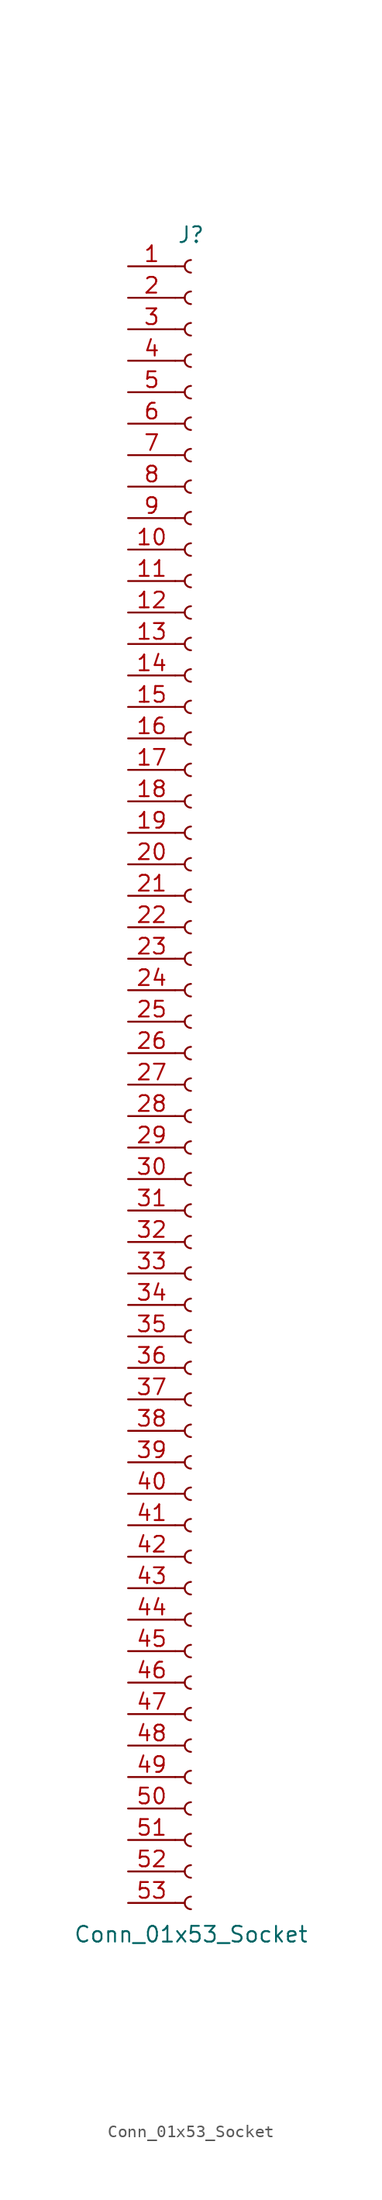
<source format=kicad_sym>
(kicad_symbol_lib
  (version 20241209)
  (generator "kicad_symbol_editor")
  (generator_version "9.0")
  (symbol "Conn_01x53_Socket"
    (pin_names
      (offset 1.016)
      (hide yes))
    (property "Reference" "J"
      (at 0 68.58 0)
      (effects (font (size 1.27 1.27))))
    (property "Value" "Conn_01x53_Socket"
      (at 0 -68.58 0)
      (effects (font (size 1.27 1.27))))
    (property "ki_locked" ""
      (at 0 0 0)
      (effects (font (size 1.27 1.27))))
    (symbol "Conn_01x53_Socket_1_1"
      (polyline (pts (xy -1.27 66.04) (xy -0.508 66.04)) (stroke (width 0.152) (type default)) (fill (type none)))
      (polyline (pts (xy -1.27 63.5) (xy -0.508 63.5)) (stroke (width 0.152) (type default)) (fill (type none)))
      (polyline (pts (xy -1.27 60.96) (xy -0.508 60.96)) (stroke (width 0.152) (type default)) (fill (type none)))
      (polyline (pts (xy -1.27 58.42) (xy -0.508 58.42)) (stroke (width 0.152) (type default)) (fill (type none)))
      (polyline (pts (xy -1.27 55.88) (xy -0.508 55.88)) (stroke (width 0.152) (type default)) (fill (type none)))
      (polyline (pts (xy -1.27 53.34) (xy -0.508 53.34)) (stroke (width 0.152) (type default)) (fill (type none)))
      (polyline (pts (xy -1.27 50.8) (xy -0.508 50.8)) (stroke (width 0.152) (type default)) (fill (type none)))
      (polyline (pts (xy -1.27 48.26) (xy -0.508 48.26)) (stroke (width 0.152) (type default)) (fill (type none)))
      (polyline (pts (xy -1.27 45.72) (xy -0.508 45.72)) (stroke (width 0.152) (type default)) (fill (type none)))
      (polyline (pts (xy -1.27 43.18) (xy -0.508 43.18)) (stroke (width 0.152) (type default)) (fill (type none)))
      (polyline (pts (xy -1.27 40.64) (xy -0.508 40.64)) (stroke (width 0.152) (type default)) (fill (type none)))
      (polyline (pts (xy -1.27 38.1) (xy -0.508 38.1)) (stroke (width 0.152) (type default)) (fill (type none)))
      (polyline (pts (xy -1.27 35.56) (xy -0.508 35.56)) (stroke (width 0.152) (type default)) (fill (type none)))
      (polyline (pts (xy -1.27 33.02) (xy -0.508 33.02)) (stroke (width 0.152) (type default)) (fill (type none)))
      (polyline (pts (xy -1.27 30.48) (xy -0.508 30.48)) (stroke (width 0.152) (type default)) (fill (type none)))
      (polyline (pts (xy -1.27 27.94) (xy -0.508 27.94)) (stroke (width 0.152) (type default)) (fill (type none)))
      (polyline (pts (xy -1.27 25.4) (xy -0.508 25.4)) (stroke (width 0.152) (type default)) (fill (type none)))
      (polyline (pts (xy -1.27 22.86) (xy -0.508 22.86)) (stroke (width 0.152) (type default)) (fill (type none)))
      (polyline (pts (xy -1.27 20.32) (xy -0.508 20.32)) (stroke (width 0.152) (type default)) (fill (type none)))
      (polyline (pts (xy -1.27 17.78) (xy -0.508 17.78)) (stroke (width 0.152) (type default)) (fill (type none)))
      (polyline (pts (xy -1.27 15.24) (xy -0.508 15.24)) (stroke (width 0.152) (type default)) (fill (type none)))
      (polyline (pts (xy -1.27 12.7) (xy -0.508 12.7)) (stroke (width 0.152) (type default)) (fill (type none)))
      (polyline (pts (xy -1.27 10.16) (xy -0.508 10.16)) (stroke (width 0.152) (type default)) (fill (type none)))
      (polyline (pts (xy -1.27 7.62) (xy -0.508 7.62)) (stroke (width 0.152) (type default)) (fill (type none)))
      (polyline (pts (xy -1.27 5.08) (xy -0.508 5.08)) (stroke (width 0.152) (type default)) (fill (type none)))
      (polyline (pts (xy -1.27 2.54) (xy -0.508 2.54)) (stroke (width 0.152) (type default)) (fill (type none)))
      (polyline (pts (xy -1.27 0) (xy -0.508 0)) (stroke (width 0.152) (type default)) (fill (type none)))
      (polyline (pts (xy -1.27 -2.54) (xy -0.508 -2.54)) (stroke (width 0.152) (type default)) (fill (type none)))
      (polyline (pts (xy -1.27 -5.08) (xy -0.508 -5.08)) (stroke (width 0.152) (type default)) (fill (type none)))
      (polyline (pts (xy -1.27 -7.62) (xy -0.508 -7.62)) (stroke (width 0.152) (type default)) (fill (type none)))
      (polyline (pts (xy -1.27 -10.16) (xy -0.508 -10.16)) (stroke (width 0.152) (type default)) (fill (type none)))
      (polyline (pts (xy -1.27 -12.7) (xy -0.508 -12.7)) (stroke (width 0.152) (type default)) (fill (type none)))
      (polyline (pts (xy -1.27 -15.24) (xy -0.508 -15.24)) (stroke (width 0.152) (type default)) (fill (type none)))
      (polyline (pts (xy -1.27 -17.78) (xy -0.508 -17.78)) (stroke (width 0.152) (type default)) (fill (type none)))
      (polyline (pts (xy -1.27 -20.32) (xy -0.508 -20.32)) (stroke (width 0.152) (type default)) (fill (type none)))
      (polyline (pts (xy -1.27 -22.86) (xy -0.508 -22.86)) (stroke (width 0.152) (type default)) (fill (type none)))
      (polyline (pts (xy -1.27 -25.4) (xy -0.508 -25.4)) (stroke (width 0.152) (type default)) (fill (type none)))
      (polyline (pts (xy -1.27 -27.94) (xy -0.508 -27.94)) (stroke (width 0.152) (type default)) (fill (type none)))
      (polyline (pts (xy -1.27 -30.48) (xy -0.508 -30.48)) (stroke (width 0.152) (type default)) (fill (type none)))
      (polyline (pts (xy -1.27 -33.02) (xy -0.508 -33.02)) (stroke (width 0.152) (type default)) (fill (type none)))
      (polyline (pts (xy -1.27 -35.56) (xy -0.508 -35.56)) (stroke (width 0.152) (type default)) (fill (type none)))
      (polyline (pts (xy -1.27 -38.1) (xy -0.508 -38.1)) (stroke (width 0.152) (type default)) (fill (type none)))
      (polyline (pts (xy -1.27 -40.64) (xy -0.508 -40.64)) (stroke (width 0.152) (type default)) (fill (type none)))
      (polyline (pts (xy -1.27 -43.18) (xy -0.508 -43.18)) (stroke (width 0.152) (type default)) (fill (type none)))
      (polyline (pts (xy -1.27 -45.72) (xy -0.508 -45.72)) (stroke (width 0.152) (type default)) (fill (type none)))
      (polyline (pts (xy -1.27 -48.26) (xy -0.508 -48.26)) (stroke (width 0.152) (type default)) (fill (type none)))
      (polyline (pts (xy -1.27 -50.8) (xy -0.508 -50.8)) (stroke (width 0.152) (type default)) (fill (type none)))
      (polyline (pts (xy -1.27 -53.34) (xy -0.508 -53.34)) (stroke (width 0.152) (type default)) (fill (type none)))
      (polyline (pts (xy -1.27 -55.88) (xy -0.508 -55.88)) (stroke (width 0.152) (type default)) (fill (type none)))
      (polyline (pts (xy -1.27 -58.42) (xy -0.508 -58.42)) (stroke (width 0.152) (type default)) (fill (type none)))
      (polyline (pts (xy -1.27 -60.96) (xy -0.508 -60.96)) (stroke (width 0.152) (type default)) (fill (type none)))
      (polyline (pts (xy -1.27 -63.5) (xy -0.508 -63.5)) (stroke (width 0.152) (type default)) (fill (type none)))
      (polyline (pts (xy -1.27 -66.04) (xy -0.508 -66.04)) (stroke (width 0.152) (type default)) (fill (type none)))
      (arc (start 0 65.532) (mid -0.5058 66.04) (end 0 66.548) (stroke (width 0.1524) (type default)) (fill (type none)))
      (arc (start 0 62.992) (mid -0.5058 63.5) (end 0 64.008) (stroke (width 0.1524) (type default)) (fill (type none)))
      (arc (start 0 60.452) (mid -0.5058 60.96) (end 0 61.468) (stroke (width 0.1524) (type default)) (fill (type none)))
      (arc (start 0 57.912) (mid -0.5058 58.42) (end 0 58.928) (stroke (width 0.1524) (type default)) (fill (type none)))
      (arc (start 0 55.372) (mid -0.5058 55.88) (end 0 56.388) (stroke (width 0.1524) (type default)) (fill (type none)))
      (arc (start 0 52.832) (mid -0.5058 53.34) (end 0 53.848) (stroke (width 0.1524) (type default)) (fill (type none)))
      (arc (start 0 50.292) (mid -0.5058 50.8) (end 0 51.308) (stroke (width 0.1524) (type default)) (fill (type none)))
      (arc (start 0 47.752) (mid -0.5058 48.26) (end 0 48.768) (stroke (width 0.1524) (type default)) (fill (type none)))
      (arc (start 0 45.212) (mid -0.5058 45.72) (end 0 46.228) (stroke (width 0.1524) (type default)) (fill (type none)))
      (arc (start 0 42.672) (mid -0.5058 43.18) (end 0 43.688) (stroke (width 0.1524) (type default)) (fill (type none)))
      (arc (start 0 40.132) (mid -0.5058 40.64) (end 0 41.148) (stroke (width 0.1524) (type default)) (fill (type none)))
      (arc (start 0 37.592) (mid -0.5058 38.1) (end 0 38.608) (stroke (width 0.1524) (type default)) (fill (type none)))
      (arc (start 0 35.052) (mid -0.5058 35.56) (end 0 36.068) (stroke (width 0.1524) (type default)) (fill (type none)))
      (arc (start 0 32.512) (mid -0.5058 33.02) (end 0 33.528) (stroke (width 0.1524) (type default)) (fill (type none)))
      (arc (start 0 29.972) (mid -0.5058 30.48) (end 0 30.988) (stroke (width 0.1524) (type default)) (fill (type none)))
      (arc (start 0 27.432) (mid -0.5058 27.94) (end 0 28.448) (stroke (width 0.1524) (type default)) (fill (type none)))
      (arc (start 0 24.892) (mid -0.5058 25.4) (end 0 25.908) (stroke (width 0.1524) (type default)) (fill (type none)))
      (arc (start 0 22.352) (mid -0.5058 22.86) (end 0 23.368) (stroke (width 0.1524) (type default)) (fill (type none)))
      (arc (start 0 19.812) (mid -0.5058 20.32) (end 0 20.828) (stroke (width 0.1524) (type default)) (fill (type none)))
      (arc (start 0 17.272) (mid -0.5058 17.78) (end 0 18.288) (stroke (width 0.1524) (type default)) (fill (type none)))
      (arc (start 0 14.732) (mid -0.5058 15.24) (end 0 15.748) (stroke (width 0.1524) (type default)) (fill (type none)))
      (arc (start 0 12.192) (mid -0.5058 12.7) (end 0 13.208) (stroke (width 0.1524) (type default)) (fill (type none)))
      (arc (start 0 9.652) (mid -0.5058 10.16) (end 0 10.668) (stroke (width 0.1524) (type default)) (fill (type none)))
      (arc (start 0 7.112) (mid -0.5058 7.62) (end 0 8.128) (stroke (width 0.1524) (type default)) (fill (type none)))
      (arc (start 0 4.572) (mid -0.5058 5.08) (end 0 5.588) (stroke (width 0.1524) (type default)) (fill (type none)))
      (arc (start 0 2.032) (mid -0.5058 2.54) (end 0 3.048) (stroke (width 0.1524) (type default)) (fill (type none)))
      (arc (start 0 -0.508) (mid -0.5058 0) (end 0 0.508) (stroke (width 0.1524) (type default)) (fill (type none)))
      (arc (start 0 -3.048) (mid -0.5058 -2.54) (end 0 -2.032) (stroke (width 0.1524) (type default)) (fill (type none)))
      (arc (start 0 -5.588) (mid -0.5058 -5.08) (end 0 -4.572) (stroke (width 0.1524) (type default)) (fill (type none)))
      (arc (start 0 -8.128) (mid -0.5058 -7.62) (end 0 -7.112) (stroke (width 0.1524) (type default)) (fill (type none)))
      (arc (start 0 -10.668) (mid -0.5058 -10.16) (end 0 -9.652) (stroke (width 0.1524) (type default)) (fill (type none)))
      (arc (start 0 -13.208) (mid -0.5058 -12.7) (end 0 -12.192) (stroke (width 0.1524) (type default)) (fill (type none)))
      (arc (start 0 -15.748) (mid -0.5058 -15.24) (end 0 -14.732) (stroke (width 0.1524) (type default)) (fill (type none)))
      (arc (start 0 -18.288) (mid -0.5058 -17.78) (end 0 -17.272) (stroke (width 0.1524) (type default)) (fill (type none)))
      (arc (start 0 -20.828) (mid -0.5058 -20.32) (end 0 -19.812) (stroke (width 0.1524) (type default)) (fill (type none)))
      (arc (start 0 -23.368) (mid -0.5058 -22.86) (end 0 -22.352) (stroke (width 0.1524) (type default)) (fill (type none)))
      (arc (start 0 -25.908) (mid -0.5058 -25.4) (end 0 -24.892) (stroke (width 0.1524) (type default)) (fill (type none)))
      (arc (start 0 -28.448) (mid -0.5058 -27.94) (end 0 -27.432) (stroke (width 0.1524) (type default)) (fill (type none)))
      (arc (start 0 -30.988) (mid -0.5058 -30.48) (end 0 -29.972) (stroke (width 0.1524) (type default)) (fill (type none)))
      (arc (start 0 -33.528) (mid -0.5058 -33.02) (end 0 -32.512) (stroke (width 0.1524) (type default)) (fill (type none)))
      (arc (start 0 -36.068) (mid -0.5058 -35.56) (end 0 -35.052) (stroke (width 0.1524) (type default)) (fill (type none)))
      (arc (start 0 -38.608) (mid -0.5058 -38.1) (end 0 -37.592) (stroke (width 0.1524) (type default)) (fill (type none)))
      (arc (start 0 -41.148) (mid -0.5058 -40.64) (end 0 -40.132) (stroke (width 0.1524) (type default)) (fill (type none)))
      (arc (start 0 -43.688) (mid -0.5058 -43.18) (end 0 -42.672) (stroke (width 0.1524) (type default)) (fill (type none)))
      (arc (start 0 -46.228) (mid -0.5058 -45.72) (end 0 -45.212) (stroke (width 0.1524) (type default)) (fill (type none)))
      (arc (start 0 -48.768) (mid -0.5058 -48.26) (end 0 -47.752) (stroke (width 0.1524) (type default)) (fill (type none)))
      (arc (start 0 -51.308) (mid -0.5058 -50.8) (end 0 -50.292) (stroke (width 0.1524) (type default)) (fill (type none)))
      (arc (start 0 -53.848) (mid -0.5058 -53.34) (end 0 -52.832) (stroke (width 0.1524) (type default)) (fill (type none)))
      (arc (start 0 -56.388) (mid -0.5058 -55.88) (end 0 -55.372) (stroke (width 0.1524) (type default)) (fill (type none)))
      (arc (start 0 -58.928) (mid -0.5058 -58.42) (end 0 -57.912) (stroke (width 0.1524) (type default)) (fill (type none)))
      (arc (start 0 -61.468) (mid -0.5058 -60.96) (end 0 -60.452) (stroke (width 0.1524) (type default)) (fill (type none)))
      (arc (start 0 -64.008) (mid -0.5058 -63.5) (end 0 -62.992) (stroke (width 0.1524) (type default)) (fill (type none)))
      (arc (start 0 -66.548) (mid -0.5058 -66.04) (end 0 -65.532) (stroke (width 0.1524) (type default)) (fill (type none)))
      (pin passive line (at -5.08 66.04 0) (length 3.81) (name "Pin_1" (effects (font (size 1.27 1.27)))) (number "1" (effects (font (size 1.27 1.27)))))
      (pin passive line (at -5.08 63.5 0) (length 3.81) (name "Pin_2" (effects (font (size 1.27 1.27)))) (number "2" (effects (font (size 1.27 1.27)))))
      (pin passive line (at -5.08 60.96 0) (length 3.81) (name "Pin_3" (effects (font (size 1.27 1.27)))) (number "3" (effects (font (size 1.27 1.27)))))
      (pin passive line (at -5.08 58.42 0) (length 3.81) (name "Pin_4" (effects (font (size 1.27 1.27)))) (number "4" (effects (font (size 1.27 1.27)))))
      (pin passive line (at -5.08 55.88 0) (length 3.81) (name "Pin_5" (effects (font (size 1.27 1.27)))) (number "5" (effects (font (size 1.27 1.27)))))
      (pin passive line (at -5.08 53.34 0) (length 3.81) (name "Pin_6" (effects (font (size 1.27 1.27)))) (number "6" (effects (font (size 1.27 1.27)))))
      (pin passive line (at -5.08 50.8 0) (length 3.81) (name "Pin_7" (effects (font (size 1.27 1.27)))) (number "7" (effects (font (size 1.27 1.27)))))
      (pin passive line (at -5.08 48.26 0) (length 3.81) (name "Pin_8" (effects (font (size 1.27 1.27)))) (number "8" (effects (font (size 1.27 1.27)))))
      (pin passive line (at -5.08 45.72 0) (length 3.81) (name "Pin_9" (effects (font (size 1.27 1.27)))) (number "9" (effects (font (size 1.27 1.27)))))
      (pin passive line (at -5.08 43.18 0) (length 3.81) (name "Pin_10" (effects (font (size 1.27 1.27)))) (number "10" (effects (font (size 1.27 1.27)))))
      (pin passive line (at -5.08 40.64 0) (length 3.81) (name "Pin_11" (effects (font (size 1.27 1.27)))) (number "11" (effects (font (size 1.27 1.27)))))
      (pin passive line (at -5.08 38.1 0) (length 3.81) (name "Pin_12" (effects (font (size 1.27 1.27)))) (number "12" (effects (font (size 1.27 1.27)))))
      (pin passive line (at -5.08 35.56 0) (length 3.81) (name "Pin_13" (effects (font (size 1.27 1.27)))) (number "13" (effects (font (size 1.27 1.27)))))
      (pin passive line (at -5.08 33.02 0) (length 3.81) (name "Pin_14" (effects (font (size 1.27 1.27)))) (number "14" (effects (font (size 1.27 1.27)))))
      (pin passive line (at -5.08 30.48 0) (length 3.81) (name "Pin_15" (effects (font (size 1.27 1.27)))) (number "15" (effects (font (size 1.27 1.27)))))
      (pin passive line (at -5.08 27.94 0) (length 3.81) (name "Pin_16" (effects (font (size 1.27 1.27)))) (number "16" (effects (font (size 1.27 1.27)))))
      (pin passive line (at -5.08 25.4 0) (length 3.81) (name "Pin_17" (effects (font (size 1.27 1.27)))) (number "17" (effects (font (size 1.27 1.27)))))
      (pin passive line (at -5.08 22.86 0) (length 3.81) (name "Pin_18" (effects (font (size 1.27 1.27)))) (number "18" (effects (font (size 1.27 1.27)))))
      (pin passive line (at -5.08 20.32 0) (length 3.81) (name "Pin_19" (effects (font (size 1.27 1.27)))) (number "19" (effects (font (size 1.27 1.27)))))
      (pin passive line (at -5.08 17.78 0) (length 3.81) (name "Pin_20" (effects (font (size 1.27 1.27)))) (number "20" (effects (font (size 1.27 1.27)))))
      (pin passive line (at -5.08 15.24 0) (length 3.81) (name "Pin_21" (effects (font (size 1.27 1.27)))) (number "21" (effects (font (size 1.27 1.27)))))
      (pin passive line (at -5.08 12.7 0) (length 3.81) (name "Pin_22" (effects (font (size 1.27 1.27)))) (number "22" (effects (font (size 1.27 1.27)))))
      (pin passive line (at -5.08 10.16 0) (length 3.81) (name "Pin_23" (effects (font (size 1.27 1.27)))) (number "23" (effects (font (size 1.27 1.27)))))
      (pin passive line (at -5.08 7.62 0) (length 3.81) (name "Pin_24" (effects (font (size 1.27 1.27)))) (number "24" (effects (font (size 1.27 1.27)))))
      (pin passive line (at -5.08 5.08 0) (length 3.81) (name "Pin_25" (effects (font (size 1.27 1.27)))) (number "25" (effects (font (size 1.27 1.27)))))
      (pin passive line (at -5.08 2.54 0) (length 3.81) (name "Pin_26" (effects (font (size 1.27 1.27)))) (number "26" (effects (font (size 1.27 1.27)))))
      (pin passive line (at -5.08 0 0) (length 3.81) (name "Pin_27" (effects (font (size 1.27 1.27)))) (number "27" (effects (font (size 1.27 1.27)))))
      (pin passive line (at -5.08 -2.54 0) (length 3.81) (name "Pin_28" (effects (font (size 1.27 1.27)))) (number "28" (effects (font (size 1.27 1.27)))))
      (pin passive line (at -5.08 -5.08 0) (length 3.81) (name "Pin_29" (effects (font (size 1.27 1.27)))) (number "29" (effects (font (size 1.27 1.27)))))
      (pin passive line (at -5.08 -7.62 0) (length 3.81) (name "Pin_30" (effects (font (size 1.27 1.27)))) (number "30" (effects (font (size 1.27 1.27)))))
      (pin passive line (at -5.08 -10.16 0) (length 3.81) (name "Pin_31" (effects (font (size 1.27 1.27)))) (number "31" (effects (font (size 1.27 1.27)))))
      (pin passive line (at -5.08 -12.7 0) (length 3.81) (name "Pin_32" (effects (font (size 1.27 1.27)))) (number "32" (effects (font (size 1.27 1.27)))))
      (pin passive line (at -5.08 -15.24 0) (length 3.81) (name "Pin_33" (effects (font (size 1.27 1.27)))) (number "33" (effects (font (size 1.27 1.27)))))
      (pin passive line (at -5.08 -17.78 0) (length 3.81) (name "Pin_34" (effects (font (size 1.27 1.27)))) (number "34" (effects (font (size 1.27 1.27)))))
      (pin passive line (at -5.08 -20.32 0) (length 3.81) (name "Pin_35" (effects (font (size 1.27 1.27)))) (number "35" (effects (font (size 1.27 1.27)))))
      (pin passive line (at -5.08 -22.86 0) (length 3.81) (name "Pin_36" (effects (font (size 1.27 1.27)))) (number "36" (effects (font (size 1.27 1.27)))))
      (pin passive line (at -5.08 -25.4 0) (length 3.81) (name "Pin_37" (effects (font (size 1.27 1.27)))) (number "37" (effects (font (size 1.27 1.27)))))
      (pin passive line (at -5.08 -27.94 0) (length 3.81) (name "Pin_38" (effects (font (size 1.27 1.27)))) (number "38" (effects (font (size 1.27 1.27)))))
      (pin passive line (at -5.08 -30.48 0) (length 3.81) (name "Pin_39" (effects (font (size 1.27 1.27)))) (number "39" (effects (font (size 1.27 1.27)))))
      (pin passive line (at -5.08 -33.02 0) (length 3.81) (name "Pin_40" (effects (font (size 1.27 1.27)))) (number "40" (effects (font (size 1.27 1.27)))))
      (pin passive line (at -5.08 -35.56 0) (length 3.81) (name "Pin_41" (effects (font (size 1.27 1.27)))) (number "41" (effects (font (size 1.27 1.27)))))
      (pin passive line (at -5.08 -38.1 0) (length 3.81) (name "Pin_42" (effects (font (size 1.27 1.27)))) (number "42" (effects (font (size 1.27 1.27)))))
      (pin passive line (at -5.08 -40.64 0) (length 3.81) (name "Pin_43" (effects (font (size 1.27 1.27)))) (number "43" (effects (font (size 1.27 1.27)))))
      (pin passive line (at -5.08 -43.18 0) (length 3.81) (name "Pin_44" (effects (font (size 1.27 1.27)))) (number "44" (effects (font (size 1.27 1.27)))))
      (pin passive line (at -5.08 -45.72 0) (length 3.81) (name "Pin_45" (effects (font (size 1.27 1.27)))) (number "45" (effects (font (size 1.27 1.27)))))
      (pin passive line (at -5.08 -48.26 0) (length 3.81) (name "Pin_46" (effects (font (size 1.27 1.27)))) (number "46" (effects (font (size 1.27 1.27)))))
      (pin passive line (at -5.08 -50.8 0) (length 3.81) (name "Pin_47" (effects (font (size 1.27 1.27)))) (number "47" (effects (font (size 1.27 1.27)))))
      (pin passive line (at -5.08 -53.34 0) (length 3.81) (name "Pin_48" (effects (font (size 1.27 1.27)))) (number "48" (effects (font (size 1.27 1.27)))))
      (pin passive line (at -5.08 -55.88 0) (length 3.81) (name "Pin_49" (effects (font (size 1.27 1.27)))) (number "49" (effects (font (size 1.27 1.27)))))
      (pin passive line (at -5.08 -58.42 0) (length 3.81) (name "Pin_50" (effects (font (size 1.27 1.27)))) (number "50" (effects (font (size 1.27 1.27)))))
      (pin passive line (at -5.08 -60.96 0) (length 3.81) (name "Pin_51" (effects (font (size 1.27 1.27)))) (number "51" (effects (font (size 1.27 1.27)))))
      (pin passive line (at -5.08 -63.5 0) (length 3.81) (name "Pin_52" (effects (font (size 1.27 1.27)))) (number "52" (effects (font (size 1.27 1.27)))))
      (pin passive line (at -5.08 -66.04 0) (length 3.81) (name "Pin_53" (effects (font (size 1.27 1.27)))) (number "53" (effects (font (size 1.27 1.27))))))))
</source>
